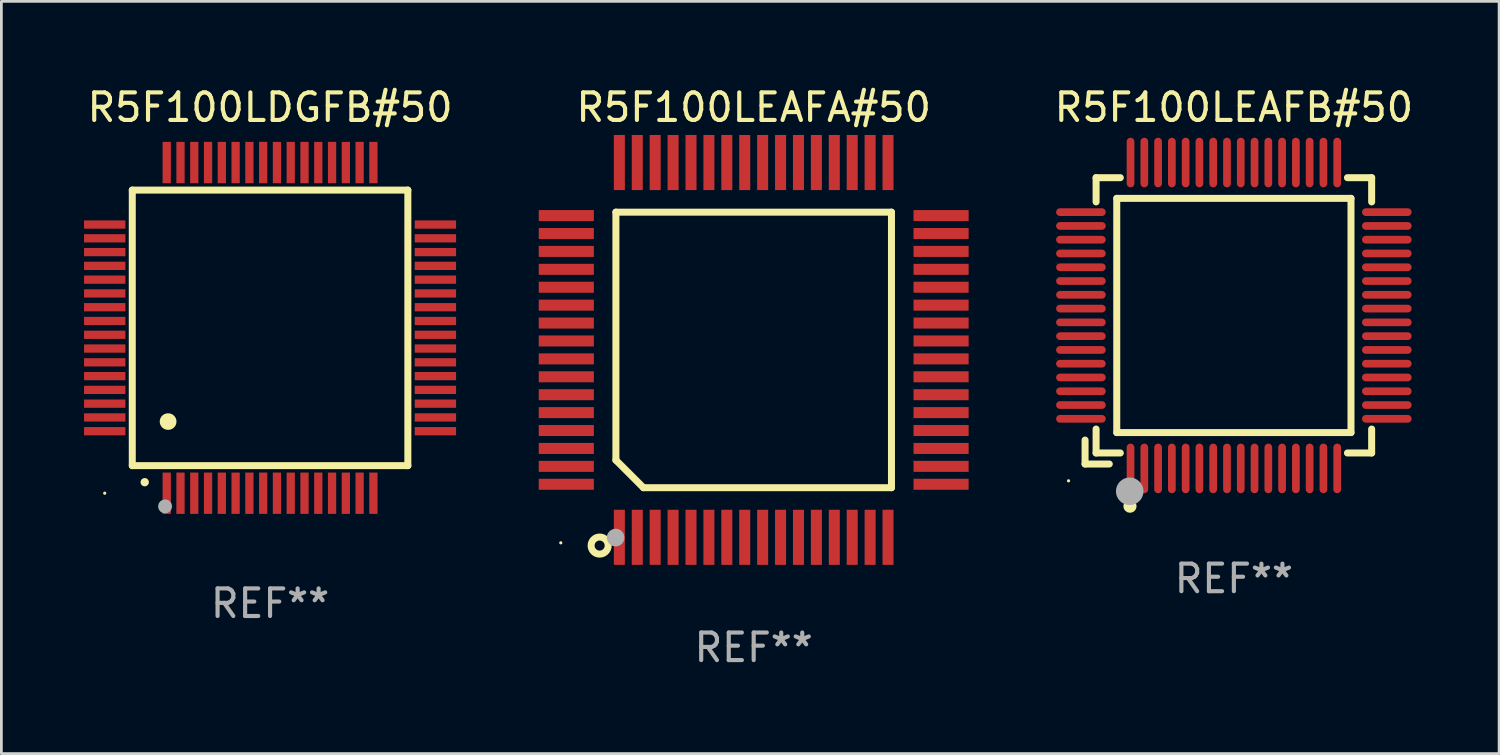
<source format=kicad_pcb>
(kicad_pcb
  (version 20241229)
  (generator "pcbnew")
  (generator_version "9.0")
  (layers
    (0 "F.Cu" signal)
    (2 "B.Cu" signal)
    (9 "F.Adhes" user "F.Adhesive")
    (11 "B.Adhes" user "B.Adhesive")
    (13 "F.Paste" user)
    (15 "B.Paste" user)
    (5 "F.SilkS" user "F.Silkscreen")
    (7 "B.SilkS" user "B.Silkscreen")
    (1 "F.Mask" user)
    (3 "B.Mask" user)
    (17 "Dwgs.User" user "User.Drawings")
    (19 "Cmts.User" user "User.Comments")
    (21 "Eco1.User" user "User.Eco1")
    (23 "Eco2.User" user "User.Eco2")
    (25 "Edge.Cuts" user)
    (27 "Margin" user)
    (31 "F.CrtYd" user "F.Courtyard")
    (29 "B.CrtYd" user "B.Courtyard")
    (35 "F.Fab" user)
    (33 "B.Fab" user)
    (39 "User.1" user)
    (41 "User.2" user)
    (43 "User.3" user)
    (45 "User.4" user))
  (footprint "R5F100LEAFB#50"
    (layer "F.Cu")
    (at 41.725 8.398)
    (property "Reference" "R5F100LEAFB#50" (at 0 -7.55 0) (layer "F.SilkS") (effects (font (size 1 1) (thickness 0.15))))
    (attr through_hole)
    (fp_line (start -5.4 4.521) (end -5.4 5.39) (stroke (width 0.254) (type solid)) (layer "F.SilkS"))
    (fp_line (start -5.4 5.39) (end -4.521 5.39) (stroke (width 0.254) (type solid)) (layer "F.SilkS"))
    (fp_line (start -5 -5) (end -5 -4.121) (stroke (width 0.254) (type solid)) (layer "F.SilkS"))
    (fp_line (start -5 4.121) (end -5 4.99) (stroke (width 0.254) (type solid)) (layer "F.SilkS"))
    (fp_line (start -5 4.99) (end -4.121 4.99) (stroke (width 0.254) (type solid)) (layer "F.SilkS"))
    (fp_line (start -4.25 -4.25) (end -4.25 4.25) (stroke (width 0.254) (type solid)) (layer "F.SilkS"))
    (fp_line (start -4.25 4.25) (end 4.25 4.25) (stroke (width 0.254) (type solid)) (layer "F.SilkS"))
    (fp_line (start -4.121 -5) (end -5 -5) (stroke (width 0.254) (type solid)) (layer "F.SilkS"))
    (fp_line (start 4.121 4.99) (end 5 4.99) (stroke (width 0.254) (type solid)) (layer "F.SilkS"))
    (fp_line (start 4.25 -4.25) (end -4.25 -4.25) (stroke (width 0.254) (type solid)) (layer "F.SilkS"))
    (fp_line (start 4.25 4.25) (end 4.25 -4.25) (stroke (width 0.254) (type solid)) (layer "F.SilkS"))
    (fp_line (start 5 -5) (end 4.121 -5) (stroke (width 0.254) (type solid)) (layer "F.SilkS"))
    (fp_line (start 5 -4.121) (end 5 -5) (stroke (width 0.254) (type solid)) (layer "F.SilkS"))
    (fp_line (start 5 4.99) (end 5 4.121) (stroke (width 0.254) (type solid)) (layer "F.SilkS"))
    (fp_circle (center -6 6) (end -5.97 6) (stroke (width 0.06) (type solid)) (fill no) (layer "F.SilkS"))
    (fp_circle (center -3.77 6.92) (end -3.65 6.92) (stroke (width 0.24) (type solid)) (fill no) (layer "F.SilkS"))
    (fp_circle (center -3.78 6.38) (end -3.53 6.38) (stroke (width 0.5) (type solid)) (fill no) (layer "F.Fab"))
    (fp_text user "REF**" (at 0 9.55 0) (layer "F.Fab") (effects (font (size 1 1) (thickness 0.15))))
    (pad "1" smd oval (at -3.75 5.55) (size 0.28 1.8) (layers "F.Cu" "F.Mask" "F.Paste"))
    (pad "2" smd oval (at -3.25 5.55) (size 0.28 1.8) (layers "F.Cu" "F.Mask" "F.Paste"))
    (pad "3" smd oval (at -2.75 5.55) (size 0.28 1.8) (layers "F.Cu" "F.Mask" "F.Paste"))
    (pad "4" smd oval (at -2.25 5.55) (size 0.28 1.8) (layers "F.Cu" "F.Mask" "F.Paste"))
    (pad "5" smd oval (at -1.75 5.55) (size 0.28 1.8) (layers "F.Cu" "F.Mask" "F.Paste"))
    (pad "6" smd oval (at -1.25 5.55) (size 0.28 1.8) (layers "F.Cu" "F.Mask" "F.Paste"))
    (pad "7" smd oval (at -0.75 5.55) (size 0.28 1.8) (layers "F.Cu" "F.Mask" "F.Paste"))
    (pad "8" smd oval (at -0.25 5.55) (size 0.28 1.8) (layers "F.Cu" "F.Mask" "F.Paste"))
    (pad "9" smd oval (at 0.25 5.55) (size 0.28 1.8) (layers "F.Cu" "F.Mask" "F.Paste"))
    (pad "10" smd oval (at 0.75 5.55) (size 0.28 1.8) (layers "F.Cu" "F.Mask" "F.Paste"))
    (pad "11" smd oval (at 1.25 5.55) (size 0.28 1.8) (layers "F.Cu" "F.Mask" "F.Paste"))
    (pad "12" smd oval (at 1.75 5.55) (size 0.28 1.8) (layers "F.Cu" "F.Mask" "F.Paste"))
    (pad "13" smd oval (at 2.25 5.55) (size 0.28 1.8) (layers "F.Cu" "F.Mask" "F.Paste"))
    (pad "14" smd oval (at 2.75 5.55) (size 0.28 1.8) (layers "F.Cu" "F.Mask" "F.Paste"))
    (pad "15" smd oval (at 3.25 5.55) (size 0.28 1.8) (layers "F.Cu" "F.Mask" "F.Paste"))
    (pad "16" smd oval (at 3.75 5.55) (size 0.28 1.8) (layers "F.Cu" "F.Mask" "F.Paste"))
    (pad "17" smd oval (at 5.55 3.75) (size 1.8 0.28) (layers "F.Cu" "F.Mask" "F.Paste"))
    (pad "18" smd oval (at 5.55 3.25) (size 1.8 0.28) (layers "F.Cu" "F.Mask" "F.Paste"))
    (pad "19" smd oval (at 5.55 2.75) (size 1.8 0.28) (layers "F.Cu" "F.Mask" "F.Paste"))
    (pad "20" smd oval (at 5.55 2.25) (size 1.8 0.28) (layers "F.Cu" "F.Mask" "F.Paste"))
    (pad "21" smd oval (at 5.55 1.75) (size 1.8 0.28) (layers "F.Cu" "F.Mask" "F.Paste"))
    (pad "22" smd oval (at 5.55 1.25) (size 1.8 0.28) (layers "F.Cu" "F.Mask" "F.Paste"))
    (pad "23" smd oval (at 5.55 0.75) (size 1.8 0.28) (layers "F.Cu" "F.Mask" "F.Paste"))
    (pad "24" smd oval (at 5.55 0.25) (size 1.8 0.28) (layers "F.Cu" "F.Mask" "F.Paste"))
    (pad "25" smd oval (at 5.55 -0.25) (size 1.8 0.28) (layers "F.Cu" "F.Mask" "F.Paste"))
    (pad "26" smd oval (at 5.55 -0.75) (size 1.8 0.28) (layers "F.Cu" "F.Mask" "F.Paste"))
    (pad "27" smd oval (at 5.55 -1.25) (size 1.8 0.28) (layers "F.Cu" "F.Mask" "F.Paste"))
    (pad "28" smd oval (at 5.55 -1.75) (size 1.8 0.28) (layers "F.Cu" "F.Mask" "F.Paste"))
    (pad "29" smd oval (at 5.55 -2.25) (size 1.8 0.28) (layers "F.Cu" "F.Mask" "F.Paste"))
    (pad "30" smd oval (at 5.55 -2.75) (size 1.8 0.28) (layers "F.Cu" "F.Mask" "F.Paste"))
    (pad "31" smd oval (at 5.55 -3.25) (size 1.8 0.28) (layers "F.Cu" "F.Mask" "F.Paste"))
    (pad "32" smd oval (at 5.55 -3.75) (size 1.8 0.28) (layers "F.Cu" "F.Mask" "F.Paste"))
    (pad "33" smd oval (at 3.75 -5.55) (size 0.28 1.8) (layers "F.Cu" "F.Mask" "F.Paste"))
    (pad "34" smd oval (at 3.25 -5.55) (size 0.28 1.8) (layers "F.Cu" "F.Mask" "F.Paste"))
    (pad "35" smd oval (at 2.75 -5.55) (size 0.28 1.8) (layers "F.Cu" "F.Mask" "F.Paste"))
    (pad "36" smd oval (at 2.25 -5.55) (size 0.28 1.8) (layers "F.Cu" "F.Mask" "F.Paste"))
    (pad "37" smd oval (at 1.75 -5.55) (size 0.28 1.8) (layers "F.Cu" "F.Mask" "F.Paste"))
    (pad "38" smd oval (at 1.25 -5.55) (size 0.28 1.8) (layers "F.Cu" "F.Mask" "F.Paste"))
    (pad "39" smd oval (at 0.75 -5.55) (size 0.28 1.8) (layers "F.Cu" "F.Mask" "F.Paste"))
    (pad "40" smd oval (at 0.25 -5.55) (size 0.28 1.8) (layers "F.Cu" "F.Mask" "F.Paste"))
    (pad "41" smd oval (at -0.25 -5.55) (size 0.28 1.8) (layers "F.Cu" "F.Mask" "F.Paste"))
    (pad "42" smd oval (at -0.75 -5.55) (size 0.28 1.8) (layers "F.Cu" "F.Mask" "F.Paste"))
    (pad "43" smd oval (at -1.25 -5.55) (size 0.28 1.8) (layers "F.Cu" "F.Mask" "F.Paste"))
    (pad "44" smd oval (at -1.75 -5.55) (size 0.28 1.8) (layers "F.Cu" "F.Mask" "F.Paste"))
    (pad "45" smd oval (at -2.25 -5.55) (size 0.28 1.8) (layers "F.Cu" "F.Mask" "F.Paste"))
    (pad "46" smd oval (at -2.75 -5.55) (size 0.28 1.8) (layers "F.Cu" "F.Mask" "F.Paste"))
    (pad "47" smd oval (at -3.25 -5.55) (size 0.28 1.8) (layers "F.Cu" "F.Mask" "F.Paste"))
    (pad "48" smd oval (at -3.75 -5.55) (size 0.28 1.8) (layers "F.Cu" "F.Mask" "F.Paste"))
    (pad "49" smd oval (at -5.55 -3.75) (size 1.8 0.28) (layers "F.Cu" "F.Mask" "F.Paste"))
    (pad "50" smd oval (at -5.55 -3.25) (size 1.8 0.28) (layers "F.Cu" "F.Mask" "F.Paste"))
    (pad "51" smd oval (at -5.55 -2.75) (size 1.8 0.28) (layers "F.Cu" "F.Mask" "F.Paste"))
    (pad "52" smd oval (at -5.55 -2.25) (size 1.8 0.28) (layers "F.Cu" "F.Mask" "F.Paste"))
    (pad "53" smd oval (at -5.55 -1.75) (size 1.8 0.28) (layers "F.Cu" "F.Mask" "F.Paste"))
    (pad "54" smd oval (at -5.55 -1.25) (size 1.8 0.28) (layers "F.Cu" "F.Mask" "F.Paste"))
    (pad "55" smd oval (at -5.55 -0.75) (size 1.8 0.28) (layers "F.Cu" "F.Mask" "F.Paste"))
    (pad "56" smd oval (at -5.55 -0.25) (size 1.8 0.28) (layers "F.Cu" "F.Mask" "F.Paste"))
    (pad "57" smd oval (at -5.55 0.25) (size 1.8 0.28) (layers "F.Cu" "F.Mask" "F.Paste"))
    (pad "58" smd oval (at -5.55 0.75) (size 1.8 0.28) (layers "F.Cu" "F.Mask" "F.Paste"))
    (pad "59" smd oval (at -5.55 1.25) (size 1.8 0.28) (layers "F.Cu" "F.Mask" "F.Paste"))
    (pad "60" smd oval (at -5.55 1.75) (size 1.8 0.28) (layers "F.Cu" "F.Mask" "F.Paste"))
    (pad "61" smd oval (at -5.55 2.25) (size 1.8 0.28) (layers "F.Cu" "F.Mask" "F.Paste"))
    (pad "62" smd oval (at -5.55 2.75) (size 1.8 0.28) (layers "F.Cu" "F.Mask" "F.Paste"))
    (pad "63" smd oval (at -5.55 3.25) (size 1.8 0.28) (layers "F.Cu" "F.Mask" "F.Paste"))
    (pad "64" smd oval (at -5.55 3.75) (size 1.8 0.28) (layers "F.Cu" "F.Mask" "F.Paste")))
  (footprint "R5F100LDGFB#50"
    (layer "F.Cu")
    (at 6.75 8.848)
    (property "Reference" "R5F100LDGFB#50" (at 0 -8 0) (layer "F.SilkS") (effects (font (size 1 1) (thickness 0.15))))
    (attr through_hole)
    (fp_line (start -5 -5) (end -5 5) (stroke (width 0.254) (type solid)) (layer "F.SilkS"))
    (fp_line (start -5 -5) (end 5 -5) (stroke (width 0.254) (type solid)) (layer "F.SilkS"))
    (fp_line (start -5 5) (end 5 5) (stroke (width 0.254) (type solid)) (layer "F.SilkS"))
    (fp_line (start 5 -5) (end 5 5) (stroke (width 0.254) (type solid)) (layer "F.SilkS"))
    (fp_arc (start -4.549987 5.6) (mid -4.548717 5.599995) (end -4.547447 5.6) (stroke (width 0.3) (type solid)) (layer "F.SilkS"))
    (fp_arc (start -3.703835 3.400076) (mid -3.700025 3.400052) (end -3.696215 3.400076) (stroke (width 0.6) (type solid)) (layer "F.SilkS"))
    (fp_circle (center -6 6) (end -5.97 6) (stroke (width 0.06) (type solid)) (fill no) (layer "F.SilkS"))
    (fp_circle (center -3.81 6.477) (end -3.683 6.477) (stroke (width 0.254) (type solid)) (fill no) (layer "F.Fab"))
    (fp_text user "REF**" (at 0 10 0) (layer "F.Fab") (effects (font (size 1 1) (thickness 0.15))))
    (pad "1" smd rect (at -3.75 6 180) (size 0.3 1.5) (layers "F.Cu" "F.Mask" "F.Paste"))
    (pad "2" smd rect (at -3.25 6 180) (size 0.3 1.5) (layers "F.Cu" "F.Mask" "F.Paste"))
    (pad "3" smd rect (at -2.75 6 180) (size 0.3 1.5) (layers "F.Cu" "F.Mask" "F.Paste"))
    (pad "4" smd rect (at -2.25 6 180) (size 0.3 1.5) (layers "F.Cu" "F.Mask" "F.Paste"))
    (pad "5" smd rect (at -1.75 6 180) (size 0.3 1.5) (layers "F.Cu" "F.Mask" "F.Paste"))
    (pad "6" smd rect (at -1.25 6 180) (size 0.3 1.5) (layers "F.Cu" "F.Mask" "F.Paste"))
    (pad "7" smd rect (at -0.75 6 180) (size 0.3 1.5) (layers "F.Cu" "F.Mask" "F.Paste"))
    (pad "8" smd rect (at -0.25 6 180) (size 0.3 1.5) (layers "F.Cu" "F.Mask" "F.Paste"))
    (pad "9" smd rect (at 0.25 6 180) (size 0.3 1.5) (layers "F.Cu" "F.Mask" "F.Paste"))
    (pad "10" smd rect (at 0.75 6 180) (size 0.3 1.5) (layers "F.Cu" "F.Mask" "F.Paste"))
    (pad "11" smd rect (at 1.25 6 180) (size 0.3 1.5) (layers "F.Cu" "F.Mask" "F.Paste"))
    (pad "12" smd rect (at 1.75 6 180) (size 0.3 1.5) (layers "F.Cu" "F.Mask" "F.Paste"))
    (pad "13" smd rect (at 2.25 6 180) (size 0.3 1.5) (layers "F.Cu" "F.Mask" "F.Paste"))
    (pad "14" smd rect (at 2.75 6 180) (size 0.3 1.5) (layers "F.Cu" "F.Mask" "F.Paste"))
    (pad "15" smd rect (at 3.25 6 180) (size 0.3 1.5) (layers "F.Cu" "F.Mask" "F.Paste"))
    (pad "16" smd rect (at 3.75 6 180) (size 0.3 1.5) (layers "F.Cu" "F.Mask" "F.Paste"))
    (pad "17" smd rect (at 6 3.75 90) (size 0.3 1.5) (layers "F.Cu" "F.Mask" "F.Paste"))
    (pad "18" smd rect (at 6 3.25 90) (size 0.3 1.5) (layers "F.Cu" "F.Mask" "F.Paste"))
    (pad "19" smd rect (at 6 2.75 90) (size 0.3 1.5) (layers "F.Cu" "F.Mask" "F.Paste"))
    (pad "20" smd rect (at 6 2.25 90) (size 0.3 1.5) (layers "F.Cu" "F.Mask" "F.Paste"))
    (pad "21" smd rect (at 6 1.75 90) (size 0.3 1.5) (layers "F.Cu" "F.Mask" "F.Paste"))
    (pad "22" smd rect (at 6 1.25 90) (size 0.3 1.5) (layers "F.Cu" "F.Mask" "F.Paste"))
    (pad "23" smd rect (at 6 0.75 90) (size 0.3 1.5) (layers "F.Cu" "F.Mask" "F.Paste"))
    (pad "24" smd rect (at 6 0.25 90) (size 0.3 1.5) (layers "F.Cu" "F.Mask" "F.Paste"))
    (pad "25" smd rect (at 6 -0.25 90) (size 0.3 1.5) (layers "F.Cu" "F.Mask" "F.Paste"))
    (pad "26" smd rect (at 6 -0.75 90) (size 0.3 1.5) (layers "F.Cu" "F.Mask" "F.Paste"))
    (pad "27" smd rect (at 6 -1.25 90) (size 0.3 1.5) (layers "F.Cu" "F.Mask" "F.Paste"))
    (pad "28" smd rect (at 6 -1.75 90) (size 0.3 1.5) (layers "F.Cu" "F.Mask" "F.Paste"))
    (pad "29" smd rect (at 6 -2.25 90) (size 0.3 1.5) (layers "F.Cu" "F.Mask" "F.Paste"))
    (pad "30" smd rect (at 6 -2.75 90) (size 0.3 1.5) (layers "F.Cu" "F.Mask" "F.Paste"))
    (pad "31" smd rect (at 6 -3.25 90) (size 0.3 1.5) (layers "F.Cu" "F.Mask" "F.Paste"))
    (pad "32" smd rect (at 6 -3.75 90) (size 0.3 1.5) (layers "F.Cu" "F.Mask" "F.Paste"))
    (pad "33" smd rect (at 3.75 -6 180) (size 0.3 1.5) (layers "F.Cu" "F.Mask" "F.Paste"))
    (pad "34" smd rect (at 3.25 -6 180) (size 0.3 1.5) (layers "F.Cu" "F.Mask" "F.Paste"))
    (pad "35" smd rect (at 2.75 -6 180) (size 0.3 1.5) (layers "F.Cu" "F.Mask" "F.Paste"))
    (pad "36" smd rect (at 2.25 -6 180) (size 0.3 1.5) (layers "F.Cu" "F.Mask" "F.Paste"))
    (pad "37" smd rect (at 1.75 -6 180) (size 0.3 1.5) (layers "F.Cu" "F.Mask" "F.Paste"))
    (pad "38" smd rect (at 1.25 -6 180) (size 0.3 1.5) (layers "F.Cu" "F.Mask" "F.Paste"))
    (pad "39" smd rect (at 0.75 -6 180) (size 0.3 1.5) (layers "F.Cu" "F.Mask" "F.Paste"))
    (pad "40" smd rect (at 0.25 -6 180) (size 0.3 1.5) (layers "F.Cu" "F.Mask" "F.Paste"))
    (pad "41" smd rect (at -0.25 -6 180) (size 0.3 1.5) (layers "F.Cu" "F.Mask" "F.Paste"))
    (pad "42" smd rect (at -0.75 -6 180) (size 0.3 1.5) (layers "F.Cu" "F.Mask" "F.Paste"))
    (pad "43" smd rect (at -1.25 -6 180) (size 0.3 1.5) (layers "F.Cu" "F.Mask" "F.Paste"))
    (pad "44" smd rect (at -1.75 -6 180) (size 0.3 1.5) (layers "F.Cu" "F.Mask" "F.Paste"))
    (pad "45" smd rect (at -2.25 -6 180) (size 0.3 1.5) (layers "F.Cu" "F.Mask" "F.Paste"))
    (pad "46" smd rect (at -2.75 -6 180) (size 0.3 1.5) (layers "F.Cu" "F.Mask" "F.Paste"))
    (pad "47" smd rect (at -3.25 -6 180) (size 0.3 1.5) (layers "F.Cu" "F.Mask" "F.Paste"))
    (pad "48" smd rect (at -3.75 -6 180) (size 0.3 1.5) (layers "F.Cu" "F.Mask" "F.Paste"))
    (pad "49" smd rect (at -6 -3.75 90) (size 0.3 1.5) (layers "F.Cu" "F.Mask" "F.Paste"))
    (pad "50" smd rect (at -6 -3.25 90) (size 0.3 1.5) (layers "F.Cu" "F.Mask" "F.Paste"))
    (pad "51" smd rect (at -6 -2.75 90) (size 0.3 1.5) (layers "F.Cu" "F.Mask" "F.Paste"))
    (pad "52" smd rect (at -6 -2.25 90) (size 0.3 1.5) (layers "F.Cu" "F.Mask" "F.Paste"))
    (pad "53" smd rect (at -6 -1.75 90) (size 0.3 1.5) (layers "F.Cu" "F.Mask" "F.Paste"))
    (pad "54" smd rect (at -6 -1.25 90) (size 0.3 1.5) (layers "F.Cu" "F.Mask" "F.Paste"))
    (pad "55" smd rect (at -6 -0.75 90) (size 0.3 1.5) (layers "F.Cu" "F.Mask" "F.Paste"))
    (pad "56" smd rect (at -6 -0.25 90) (size 0.3 1.5) (layers "F.Cu" "F.Mask" "F.Paste"))
    (pad "57" smd rect (at -6 0.25 90) (size 0.3 1.5) (layers "F.Cu" "F.Mask" "F.Paste"))
    (pad "58" smd rect (at -6 0.75 90) (size 0.3 1.5) (layers "F.Cu" "F.Mask" "F.Paste"))
    (pad "59" smd rect (at -6 1.25 90) (size 0.3 1.5) (layers "F.Cu" "F.Mask" "F.Paste"))
    (pad "60" smd rect (at -6 1.75 90) (size 0.3 1.5) (layers "F.Cu" "F.Mask" "F.Paste"))
    (pad "61" smd rect (at -6 2.25 90) (size 0.3 1.5) (layers "F.Cu" "F.Mask" "F.Paste"))
    (pad "62" smd rect (at -6 2.75 90) (size 0.3 1.5) (layers "F.Cu" "F.Mask" "F.Paste"))
    (pad "63" smd rect (at -6 3.25 90) (size 0.3 1.5) (layers "F.Cu" "F.Mask" "F.Paste"))
    (pad "64" smd rect (at -6 3.75 90) (size 0.3 1.5) (layers "F.Cu" "F.Mask" "F.Paste")))
  (footprint "R5F100LEAFA#50"
    (layer "F.Cu")
    (at 24.3 9.648)
    (property "Reference" "R5F100LEAFA#50" (at 0 -8.8 0) (layer "F.SilkS") (effects (font (size 1 1) (thickness 0.15))))
    (attr through_hole)
    (fp_line (start -5 -5) (end 5 -5) (stroke (width 0.254) (type solid)) (layer "F.SilkS"))
    (fp_line (start -5 4) (end -5 -5) (stroke (width 0.254) (type solid)) (layer "F.SilkS"))
    (fp_line (start -4 5) (end -5 4) (stroke (width 0.254) (type solid)) (layer "F.SilkS"))
    (fp_line (start 5 -5) (end 5 5) (stroke (width 0.254) (type solid)) (layer "F.SilkS"))
    (fp_line (start 5 5) (end -4 5) (stroke (width 0.254) (type solid)) (layer "F.SilkS"))
    (fp_circle (center -7 7) (end -6.97 7) (stroke (width 0.06) (type solid)) (fill no) (layer "F.SilkS"))
    (fp_circle (center -5.59 7.1) (end -5.28 7.1) (stroke (width 0.254) (type solid)) (fill no) (layer "F.SilkS"))
    (fp_circle (center -5.01 6.81) (end -4.85 6.81) (stroke (width 0.32) (type solid)) (fill no) (layer "F.Fab"))
    (fp_text user "REF**" (at 0 10.8 0) (layer "F.Fab") (effects (font (size 1 1) (thickness 0.15))))
    (pad "1" smd rect (at -4.875 6.8) (size 0.4 2) (layers "F.Cu" "F.Mask" "F.Paste"))
    (pad "2" smd rect (at -4.225 6.8) (size 0.4 2) (layers "F.Cu" "F.Mask" "F.Paste"))
    (pad "3" smd rect (at -3.575 6.8) (size 0.4 2) (layers "F.Cu" "F.Mask" "F.Paste"))
    (pad "4" smd rect (at -2.925 6.8) (size 0.4 2) (layers "F.Cu" "F.Mask" "F.Paste"))
    (pad "5" smd rect (at -2.275 6.8) (size 0.4 2) (layers "F.Cu" "F.Mask" "F.Paste"))
    (pad "6" smd rect (at -1.625 6.8) (size 0.4 2) (layers "F.Cu" "F.Mask" "F.Paste"))
    (pad "7" smd rect (at -0.975 6.8) (size 0.4 2) (layers "F.Cu" "F.Mask" "F.Paste"))
    (pad "8" smd rect (at -0.325 6.8) (size 0.4 2) (layers "F.Cu" "F.Mask" "F.Paste"))
    (pad "9" smd rect (at 0.325 6.8) (size 0.4 2) (layers "F.Cu" "F.Mask" "F.Paste"))
    (pad "10" smd rect (at 0.975 6.8) (size 0.4 2) (layers "F.Cu" "F.Mask" "F.Paste"))
    (pad "11" smd rect (at 1.625 6.8) (size 0.4 2) (layers "F.Cu" "F.Mask" "F.Paste"))
    (pad "12" smd rect (at 2.275 6.8) (size 0.4 2) (layers "F.Cu" "F.Mask" "F.Paste"))
    (pad "13" smd rect (at 2.925 6.8) (size 0.4 2) (layers "F.Cu" "F.Mask" "F.Paste"))
    (pad "14" smd rect (at 3.575 6.8) (size 0.4 2) (layers "F.Cu" "F.Mask" "F.Paste"))
    (pad "15" smd rect (at 4.225 6.8) (size 0.4 2) (layers "F.Cu" "F.Mask" "F.Paste"))
    (pad "16" smd rect (at 4.875 6.8) (size 0.4 2) (layers "F.Cu" "F.Mask" "F.Paste"))
    (pad "17" smd rect (at 6.8 4.875) (size 2 0.4) (layers "F.Cu" "F.Mask" "F.Paste"))
    (pad "18" smd rect (at 6.8 4.225) (size 2 0.4) (layers "F.Cu" "F.Mask" "F.Paste"))
    (pad "19" smd rect (at 6.8 3.575) (size 2 0.4) (layers "F.Cu" "F.Mask" "F.Paste"))
    (pad "20" smd rect (at 6.8 2.925) (size 2 0.4) (layers "F.Cu" "F.Mask" "F.Paste"))
    (pad "21" smd rect (at 6.8 2.275) (size 2 0.4) (layers "F.Cu" "F.Mask" "F.Paste"))
    (pad "22" smd rect (at 6.8 1.625) (size 2 0.4) (layers "F.Cu" "F.Mask" "F.Paste"))
    (pad "23" smd rect (at 6.8 0.975) (size 2 0.4) (layers "F.Cu" "F.Mask" "F.Paste"))
    (pad "24" smd rect (at 6.8 0.325) (size 2 0.4) (layers "F.Cu" "F.Mask" "F.Paste"))
    (pad "25" smd rect (at 6.8 -0.325) (size 2 0.4) (layers "F.Cu" "F.Mask" "F.Paste"))
    (pad "26" smd rect (at 6.8 -0.975) (size 2 0.4) (layers "F.Cu" "F.Mask" "F.Paste"))
    (pad "27" smd rect (at 6.8 -1.625) (size 2 0.4) (layers "F.Cu" "F.Mask" "F.Paste"))
    (pad "28" smd rect (at 6.8 -2.275) (size 2 0.4) (layers "F.Cu" "F.Mask" "F.Paste"))
    (pad "29" smd rect (at 6.8 -2.925) (size 2 0.4) (layers "F.Cu" "F.Mask" "F.Paste"))
    (pad "30" smd rect (at 6.8 -3.575) (size 2 0.4) (layers "F.Cu" "F.Mask" "F.Paste"))
    (pad "31" smd rect (at 6.8 -4.225) (size 2 0.4) (layers "F.Cu" "F.Mask" "F.Paste"))
    (pad "32" smd rect (at 6.8 -4.875) (size 2 0.4) (layers "F.Cu" "F.Mask" "F.Paste"))
    (pad "33" smd rect (at 4.875 -6.8) (size 0.4 2) (layers "F.Cu" "F.Mask" "F.Paste"))
    (pad "34" smd rect (at 4.225 -6.8) (size 0.4 2) (layers "F.Cu" "F.Mask" "F.Paste"))
    (pad "35" smd rect (at 3.575 -6.8) (size 0.4 2) (layers "F.Cu" "F.Mask" "F.Paste"))
    (pad "36" smd rect (at 2.925 -6.8) (size 0.4 2) (layers "F.Cu" "F.Mask" "F.Paste"))
    (pad "37" smd rect (at 2.275 -6.8) (size 0.4 2) (layers "F.Cu" "F.Mask" "F.Paste"))
    (pad "38" smd rect (at 1.625 -6.8) (size 0.4 2) (layers "F.Cu" "F.Mask" "F.Paste"))
    (pad "39" smd rect (at 0.975 -6.8) (size 0.4 2) (layers "F.Cu" "F.Mask" "F.Paste"))
    (pad "40" smd rect (at 0.325 -6.8) (size 0.4 2) (layers "F.Cu" "F.Mask" "F.Paste"))
    (pad "41" smd rect (at -0.325 -6.8) (size 0.4 2) (layers "F.Cu" "F.Mask" "F.Paste"))
    (pad "42" smd rect (at -0.975 -6.8) (size 0.4 2) (layers "F.Cu" "F.Mask" "F.Paste"))
    (pad "43" smd rect (at -1.625 -6.8) (size 0.4 2) (layers "F.Cu" "F.Mask" "F.Paste"))
    (pad "44" smd rect (at -2.275 -6.8) (size 0.4 2) (layers "F.Cu" "F.Mask" "F.Paste"))
    (pad "45" smd rect (at -2.925 -6.8) (size 0.4 2) (layers "F.Cu" "F.Mask" "F.Paste"))
    (pad "46" smd rect (at -3.575 -6.8) (size 0.4 2) (layers "F.Cu" "F.Mask" "F.Paste"))
    (pad "47" smd rect (at -4.225 -6.8) (size 0.4 2) (layers "F.Cu" "F.Mask" "F.Paste"))
    (pad "48" smd rect (at -4.875 -6.8) (size 0.4 2) (layers "F.Cu" "F.Mask" "F.Paste"))
    (pad "49" smd rect (at -6.8 -4.875) (size 2 0.4) (layers "F.Cu" "F.Mask" "F.Paste"))
    (pad "50" smd rect (at -6.8 -4.225) (size 2 0.4) (layers "F.Cu" "F.Mask" "F.Paste"))
    (pad "51" smd rect (at -6.8 -3.575) (size 2 0.4) (layers "F.Cu" "F.Mask" "F.Paste"))
    (pad "52" smd rect (at -6.8 -2.925) (size 2 0.4) (layers "F.Cu" "F.Mask" "F.Paste"))
    (pad "53" smd rect (at -6.8 -2.275) (size 2 0.4) (layers "F.Cu" "F.Mask" "F.Paste"))
    (pad "54" smd rect (at -6.8 -1.625) (size 2 0.4) (layers "F.Cu" "F.Mask" "F.Paste"))
    (pad "55" smd rect (at -6.8 -0.975) (size 2 0.4) (layers "F.Cu" "F.Mask" "F.Paste"))
    (pad "56" smd rect (at -6.8 -0.325) (size 2 0.4) (layers "F.Cu" "F.Mask" "F.Paste"))
    (pad "57" smd rect (at -6.8 0.325) (size 2 0.4) (layers "F.Cu" "F.Mask" "F.Paste"))
    (pad "58" smd rect (at -6.8 0.975) (size 2 0.4) (layers "F.Cu" "F.Mask" "F.Paste"))
    (pad "59" smd rect (at -6.8 1.625) (size 2 0.4) (layers "F.Cu" "F.Mask" "F.Paste"))
    (pad "60" smd rect (at -6.8 2.275) (size 2 0.4) (layers "F.Cu" "F.Mask" "F.Paste"))
    (pad "61" smd rect (at -6.8 2.925) (size 2 0.4) (layers "F.Cu" "F.Mask" "F.Paste"))
    (pad "62" smd rect (at -6.8 3.575) (size 2 0.4) (layers "F.Cu" "F.Mask" "F.Paste"))
    (pad "63" smd rect (at -6.8 4.225) (size 2 0.4) (layers "F.Cu" "F.Mask" "F.Paste"))
    (pad "64" smd rect (at -6.8 4.875) (size 2 0.4) (layers "F.Cu" "F.Mask" "F.Paste")))
  (gr_rect
    (start -3 -3)
    (end 51.35 24.297)
    (stroke (width 0.1) (type default))
    (fill no)
    (layer "Edge.Cuts")))
</source>
